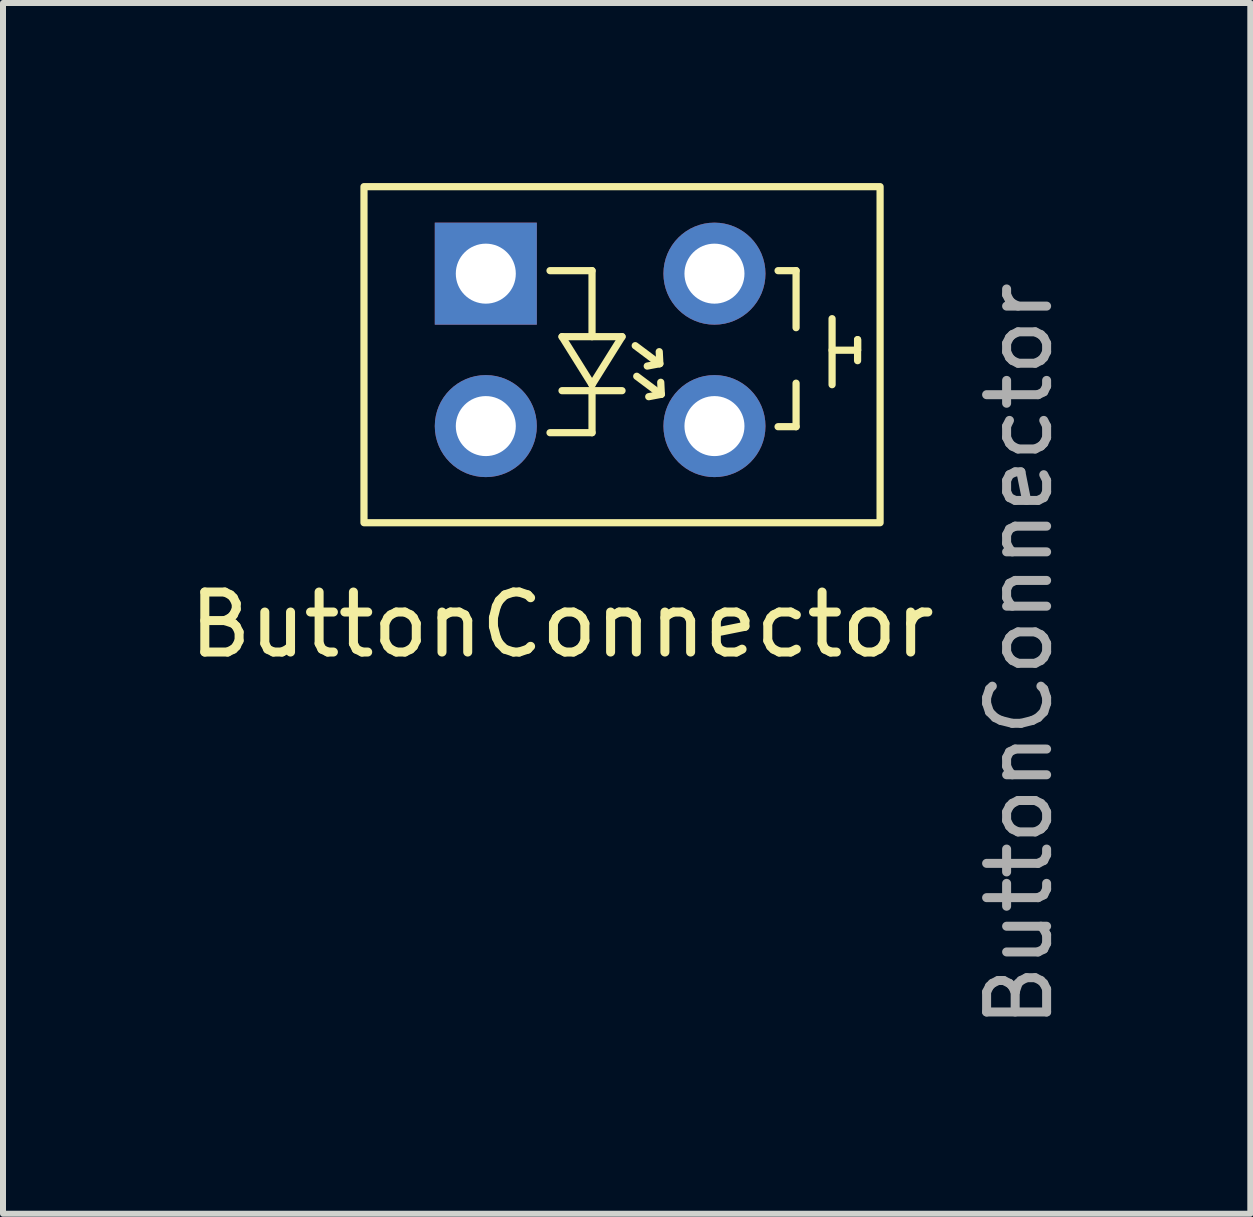
<source format=kicad_pcb>
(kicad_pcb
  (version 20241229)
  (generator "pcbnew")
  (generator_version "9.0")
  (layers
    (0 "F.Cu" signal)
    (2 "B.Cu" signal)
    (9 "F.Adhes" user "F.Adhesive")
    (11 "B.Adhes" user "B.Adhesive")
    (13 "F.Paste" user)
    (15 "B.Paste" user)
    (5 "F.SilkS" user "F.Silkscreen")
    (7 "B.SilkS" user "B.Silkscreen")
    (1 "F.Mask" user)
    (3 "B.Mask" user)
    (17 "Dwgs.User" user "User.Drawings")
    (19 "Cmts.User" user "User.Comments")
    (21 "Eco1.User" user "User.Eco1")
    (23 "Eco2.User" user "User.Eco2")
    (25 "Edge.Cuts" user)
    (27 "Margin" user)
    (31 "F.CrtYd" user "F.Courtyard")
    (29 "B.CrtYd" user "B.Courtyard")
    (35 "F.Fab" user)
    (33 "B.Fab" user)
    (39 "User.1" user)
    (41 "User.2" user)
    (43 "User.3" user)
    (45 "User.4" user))
  (footprint "ButtonConnector"
    (layer "F.Cu")
    (at 7.335 2.76)
    (property "Reference" "ButtonConnector" (at -1.02 4.6 0) (unlocked yes) (layer "F.SilkS") (effects (font (size 1 1) (thickness 0.15))))
    (attr through_hole)
    (fp_line (start -1.02 -0.2) (end -0.02 -0.2) (stroke (width 0.12) (type solid)) (layer "F.SilkS"))
    (fp_line (start -1.02 0.7) (end -0.02 0.7) (stroke (width 0.12) (type solid)) (layer "F.SilkS"))
    (fp_line (start -0.52 -1.3) (end -1.22 -1.3) (stroke (width 0.12) (type solid)) (layer "F.SilkS"))
    (fp_line (start -0.52 -0.2) (end -0.52 -1.3) (stroke (width 0.12) (type solid)) (layer "F.SilkS"))
    (fp_line (start -0.52 0.6) (end -1.02 -0.2) (stroke (width 0.12) (type solid)) (layer "F.SilkS"))
    (fp_line (start -0.52 0.7) (end -0.52 1.4) (stroke (width 0.12) (type solid)) (layer "F.SilkS"))
    (fp_line (start -0.52 1.4) (end -1.22 1.4) (stroke (width 0.12) (type solid)) (layer "F.SilkS"))
    (fp_line (start -0.02 -0.2) (end -0.52 0.6) (stroke (width 0.12) (type solid)) (layer "F.SilkS"))
    (fp_line (start 0.2 -0.05) (end 0.6 0.25) (stroke (width 0.12) (type solid)) (layer "F.SilkS"))
    (fp_line (start 0.225 0.46) (end 0.625 0.76) (stroke (width 0.12) (type solid)) (layer "F.SilkS"))
    (fp_line (start 0.61 0.25) (end 0.4 0.29) (stroke (width 0.12) (type solid)) (layer "F.SilkS"))
    (fp_line (start 0.61 0.25) (end 0.6 0.05) (stroke (width 0.12) (type solid)) (layer "F.SilkS"))
    (fp_line (start 0.635 0.76) (end 0.425 0.8) (stroke (width 0.12) (type solid)) (layer "F.SilkS"))
    (fp_line (start 0.635 0.76) (end 0.625 0.56) (stroke (width 0.12) (type solid)) (layer "F.SilkS"))
    (fp_line (start 2.88 -1.3) (end 2.58 -1.3) (stroke (width 0.12) (type solid)) (layer "F.SilkS"))
    (fp_line (start 2.88 -1.3) (end 2.88 -0.35) (stroke (width 0.12) (type solid)) (layer "F.SilkS"))
    (fp_line (start 2.88 0.575) (end 2.88 1.3) (stroke (width 0.12) (type solid)) (layer "F.SilkS"))
    (fp_line (start 2.88 1.3) (end 2.58 1.3) (stroke (width 0.12) (type solid)) (layer "F.SilkS"))
    (fp_line (start 3.48 -0.5) (end 3.48 0.6) (stroke (width 0.12) (type solid)) (layer "F.SilkS"))
    (fp_line (start 3.48 0.025) (end 3.905 0.025) (stroke (width 0.12) (type solid)) (layer "F.SilkS"))
    (fp_line (start 3.905 -0.15) (end 3.905 0.2) (stroke (width 0.12) (type solid)) (layer "F.SilkS"))
    (fp_line (start 3.905 0.025) (end 3.905 -0.15) (stroke (width 0.12) (type solid)) (layer "F.SilkS"))
    (fp_rect (start -4.32 -2.7) (end 4.28 2.9) (stroke (width 0.12) (type solid)) (fill no) (layer "F.SilkS"))
    (fp_text user "${REFERENCE}" (at 6.6 5.1 90) (layer "F.Fab") (effects (font (size 1 1) (thickness 0.15))))
    (pad "1" thru_hole rect (at -2.29 -1.25) (size 1.7 1.7) (drill 1) (layers "*.Cu" "*.Mask"))
    (pad "2" thru_hole oval (at 1.52 -1.25) (size 1.7 1.7) (drill 1) (layers "*.Cu" "*.Mask"))
    (pad "3" thru_hole oval (at -2.29 1.29) (size 1.7 1.7) (drill 1) (layers "*.Cu" "*.Mask"))
    (pad "4" thru_hole oval (at 1.52 1.29) (size 1.7 1.7) (drill 1) (layers "*.Cu" "*.Mask")))
  (gr_rect
    (start -3 -3)
    (end 17.784 17.175)
    (stroke (width 0.1) (type default))
    (fill no)
    (layer "Edge.Cuts")))
</source>
